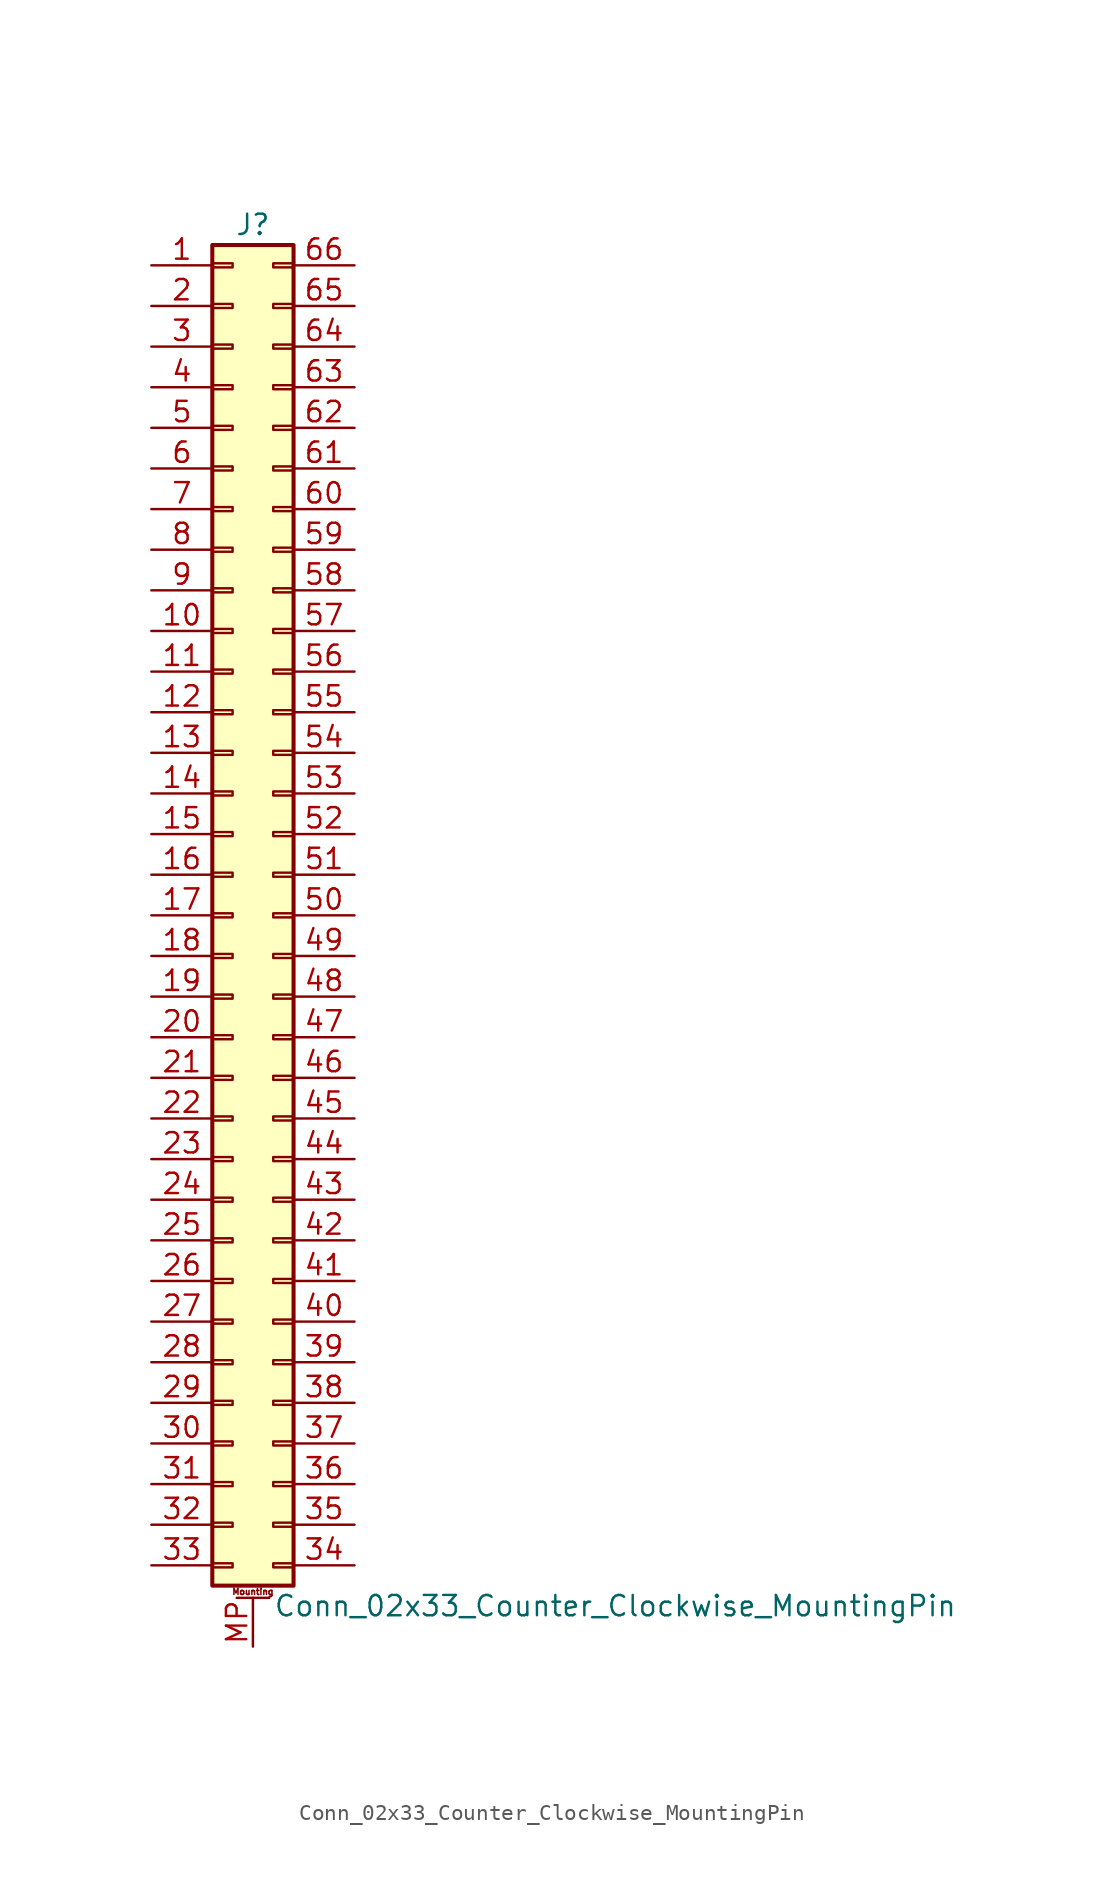
<source format=kicad_sym>
(kicad_symbol_lib
  (version 20220914)
  (generator kicad_symbol_editor)
  (symbol "Conn_02x33_Counter_Clockwise_MountingPin"
    (pin_names
      (offset 1.016) hide)
    (property "Reference" "J"
      (at 1.27 43.18 0)
      (effects (font (size 1.27 1.27))))
    (property "Value" "Conn_02x33_Counter_Clockwise_MountingPin"
      (at 2.54 -43.18 0)
      (effects (font (size 1.27 1.27)) (justify left)))
    (symbol "Conn_02x33_Counter_Clockwise_MountingPin_1_1"
      (rectangle (start -1.27 -40.513) (end 0 -40.767) (stroke (width 0.152) (type default)) (fill (type none)))
      (rectangle (start -1.27 -37.973) (end 0 -38.227) (stroke (width 0.152) (type default)) (fill (type none)))
      (rectangle (start -1.27 -35.433) (end 0 -35.687) (stroke (width 0.152) (type default)) (fill (type none)))
      (rectangle (start -1.27 -32.893) (end 0 -33.147) (stroke (width 0.152) (type default)) (fill (type none)))
      (rectangle (start -1.27 -30.353) (end 0 -30.607) (stroke (width 0.152) (type default)) (fill (type none)))
      (rectangle (start -1.27 -27.813) (end 0 -28.067) (stroke (width 0.152) (type default)) (fill (type none)))
      (rectangle (start -1.27 -25.273) (end 0 -25.527) (stroke (width 0.152) (type default)) (fill (type none)))
      (rectangle (start -1.27 -22.733) (end 0 -22.987) (stroke (width 0.152) (type default)) (fill (type none)))
      (rectangle (start -1.27 -20.193) (end 0 -20.447) (stroke (width 0.152) (type default)) (fill (type none)))
      (rectangle (start -1.27 -17.653) (end 0 -17.907) (stroke (width 0.152) (type default)) (fill (type none)))
      (rectangle (start -1.27 -15.113) (end 0 -15.367) (stroke (width 0.152) (type default)) (fill (type none)))
      (rectangle (start -1.27 -12.573) (end 0 -12.827) (stroke (width 0.152) (type default)) (fill (type none)))
      (rectangle (start -1.27 -10.033) (end 0 -10.287) (stroke (width 0.152) (type default)) (fill (type none)))
      (rectangle (start -1.27 -7.493) (end 0 -7.747) (stroke (width 0.152) (type default)) (fill (type none)))
      (rectangle (start -1.27 -4.953) (end 0 -5.207) (stroke (width 0.152) (type default)) (fill (type none)))
      (rectangle (start -1.27 -2.413) (end 0 -2.667) (stroke (width 0.152) (type default)) (fill (type none)))
      (rectangle (start -1.27 0.127) (end 0 -0.127) (stroke (width 0.152) (type default)) (fill (type none)))
      (rectangle (start -1.27 2.667) (end 0 2.413) (stroke (width 0.152) (type default)) (fill (type none)))
      (rectangle (start -1.27 5.207) (end 0 4.953) (stroke (width 0.152) (type default)) (fill (type none)))
      (rectangle (start -1.27 7.747) (end 0 7.493) (stroke (width 0.152) (type default)) (fill (type none)))
      (rectangle (start -1.27 10.287) (end 0 10.033) (stroke (width 0.152) (type default)) (fill (type none)))
      (rectangle (start -1.27 12.827) (end 0 12.573) (stroke (width 0.152) (type default)) (fill (type none)))
      (rectangle (start -1.27 15.367) (end 0 15.113) (stroke (width 0.152) (type default)) (fill (type none)))
      (rectangle (start -1.27 17.907) (end 0 17.653) (stroke (width 0.152) (type default)) (fill (type none)))
      (rectangle (start -1.27 20.447) (end 0 20.193) (stroke (width 0.152) (type default)) (fill (type none)))
      (rectangle (start -1.27 22.987) (end 0 22.733) (stroke (width 0.152) (type default)) (fill (type none)))
      (rectangle (start -1.27 25.527) (end 0 25.273) (stroke (width 0.152) (type default)) (fill (type none)))
      (rectangle (start -1.27 28.067) (end 0 27.813) (stroke (width 0.152) (type default)) (fill (type none)))
      (rectangle (start -1.27 30.607) (end 0 30.353) (stroke (width 0.152) (type default)) (fill (type none)))
      (rectangle (start -1.27 33.147) (end 0 32.893) (stroke (width 0.152) (type default)) (fill (type none)))
      (rectangle (start -1.27 35.687) (end 0 35.433) (stroke (width 0.152) (type default)) (fill (type none)))
      (rectangle (start -1.27 38.227) (end 0 37.973) (stroke (width 0.152) (type default)) (fill (type none)))
      (rectangle (start -1.27 40.767) (end 0 40.513) (stroke (width 0.152) (type default)) (fill (type none)))
      (rectangle (start -1.27 41.91) (end 3.81 -41.91) (stroke (width 0.254) (type default)) (fill (type background)))
      (polyline (pts (xy 0.254 -42.672) (xy 2.286 -42.672)) (stroke (width 0.152) (type default)) (fill (type none)))
      (rectangle (start 3.81 -40.513) (end 2.54 -40.767) (stroke (width 0.152) (type default)) (fill (type none)))
      (rectangle (start 3.81 -37.973) (end 2.54 -38.227) (stroke (width 0.152) (type default)) (fill (type none)))
      (rectangle (start 3.81 -35.433) (end 2.54 -35.687) (stroke (width 0.152) (type default)) (fill (type none)))
      (rectangle (start 3.81 -32.893) (end 2.54 -33.147) (stroke (width 0.152) (type default)) (fill (type none)))
      (rectangle (start 3.81 -30.353) (end 2.54 -30.607) (stroke (width 0.152) (type default)) (fill (type none)))
      (rectangle (start 3.81 -27.813) (end 2.54 -28.067) (stroke (width 0.152) (type default)) (fill (type none)))
      (rectangle (start 3.81 -25.273) (end 2.54 -25.527) (stroke (width 0.152) (type default)) (fill (type none)))
      (rectangle (start 3.81 -22.733) (end 2.54 -22.987) (stroke (width 0.152) (type default)) (fill (type none)))
      (rectangle (start 3.81 -20.193) (end 2.54 -20.447) (stroke (width 0.152) (type default)) (fill (type none)))
      (rectangle (start 3.81 -17.653) (end 2.54 -17.907) (stroke (width 0.152) (type default)) (fill (type none)))
      (rectangle (start 3.81 -15.113) (end 2.54 -15.367) (stroke (width 0.152) (type default)) (fill (type none)))
      (rectangle (start 3.81 -12.573) (end 2.54 -12.827) (stroke (width 0.152) (type default)) (fill (type none)))
      (rectangle (start 3.81 -10.033) (end 2.54 -10.287) (stroke (width 0.152) (type default)) (fill (type none)))
      (rectangle (start 3.81 -7.493) (end 2.54 -7.747) (stroke (width 0.152) (type default)) (fill (type none)))
      (rectangle (start 3.81 -4.953) (end 2.54 -5.207) (stroke (width 0.152) (type default)) (fill (type none)))
      (rectangle (start 3.81 -2.413) (end 2.54 -2.667) (stroke (width 0.152) (type default)) (fill (type none)))
      (rectangle (start 3.81 0.127) (end 2.54 -0.127) (stroke (width 0.152) (type default)) (fill (type none)))
      (rectangle (start 3.81 2.667) (end 2.54 2.413) (stroke (width 0.152) (type default)) (fill (type none)))
      (rectangle (start 3.81 5.207) (end 2.54 4.953) (stroke (width 0.152) (type default)) (fill (type none)))
      (rectangle (start 3.81 7.747) (end 2.54 7.493) (stroke (width 0.152) (type default)) (fill (type none)))
      (rectangle (start 3.81 10.287) (end 2.54 10.033) (stroke (width 0.152) (type default)) (fill (type none)))
      (rectangle (start 3.81 12.827) (end 2.54 12.573) (stroke (width 0.152) (type default)) (fill (type none)))
      (rectangle (start 3.81 15.367) (end 2.54 15.113) (stroke (width 0.152) (type default)) (fill (type none)))
      (rectangle (start 3.81 17.907) (end 2.54 17.653) (stroke (width 0.152) (type default)) (fill (type none)))
      (rectangle (start 3.81 20.447) (end 2.54 20.193) (stroke (width 0.152) (type default)) (fill (type none)))
      (rectangle (start 3.81 22.987) (end 2.54 22.733) (stroke (width 0.152) (type default)) (fill (type none)))
      (rectangle (start 3.81 25.527) (end 2.54 25.273) (stroke (width 0.152) (type default)) (fill (type none)))
      (rectangle (start 3.81 28.067) (end 2.54 27.813) (stroke (width 0.152) (type default)) (fill (type none)))
      (rectangle (start 3.81 30.607) (end 2.54 30.353) (stroke (width 0.152) (type default)) (fill (type none)))
      (rectangle (start 3.81 33.147) (end 2.54 32.893) (stroke (width 0.152) (type default)) (fill (type none)))
      (rectangle (start 3.81 35.687) (end 2.54 35.433) (stroke (width 0.152) (type default)) (fill (type none)))
      (rectangle (start 3.81 38.227) (end 2.54 37.973) (stroke (width 0.152) (type default)) (fill (type none)))
      (rectangle (start 3.81 40.767) (end 2.54 40.513) (stroke (width 0.152) (type default)) (fill (type none)))
      (text "Mounting" (at 1.27 -42.291 0) (effects (font (size 0.381 0.381))))
      (pin passive line (at -5.08 40.64 0) (length 3.81) (name "Pin_1" (effects (font (size 1.27 1.27)))) (number "1" (effects (font (size 1.27 1.27)))))
      (pin passive line (at -5.08 17.78 0) (length 3.81) (name "Pin_10" (effects (font (size 1.27 1.27)))) (number "10" (effects (font (size 1.27 1.27)))))
      (pin passive line (at -5.08 15.24 0) (length 3.81) (name "Pin_11" (effects (font (size 1.27 1.27)))) (number "11" (effects (font (size 1.27 1.27)))))
      (pin passive line (at -5.08 12.7 0) (length 3.81) (name "Pin_12" (effects (font (size 1.27 1.27)))) (number "12" (effects (font (size 1.27 1.27)))))
      (pin passive line (at -5.08 10.16 0) (length 3.81) (name "Pin_13" (effects (font (size 1.27 1.27)))) (number "13" (effects (font (size 1.27 1.27)))))
      (pin passive line (at -5.08 7.62 0) (length 3.81) (name "Pin_14" (effects (font (size 1.27 1.27)))) (number "14" (effects (font (size 1.27 1.27)))))
      (pin passive line (at -5.08 5.08 0) (length 3.81) (name "Pin_15" (effects (font (size 1.27 1.27)))) (number "15" (effects (font (size 1.27 1.27)))))
      (pin passive line (at -5.08 2.54 0) (length 3.81) (name "Pin_16" (effects (font (size 1.27 1.27)))) (number "16" (effects (font (size 1.27 1.27)))))
      (pin passive line (at -5.08 0 0) (length 3.81) (name "Pin_17" (effects (font (size 1.27 1.27)))) (number "17" (effects (font (size 1.27 1.27)))))
      (pin passive line (at -5.08 -2.54 0) (length 3.81) (name "Pin_18" (effects (font (size 1.27 1.27)))) (number "18" (effects (font (size 1.27 1.27)))))
      (pin passive line (at -5.08 -5.08 0) (length 3.81) (name "Pin_19" (effects (font (size 1.27 1.27)))) (number "19" (effects (font (size 1.27 1.27)))))
      (pin passive line (at -5.08 38.1 0) (length 3.81) (name "Pin_2" (effects (font (size 1.27 1.27)))) (number "2" (effects (font (size 1.27 1.27)))))
      (pin passive line (at -5.08 -7.62 0) (length 3.81) (name "Pin_20" (effects (font (size 1.27 1.27)))) (number "20" (effects (font (size 1.27 1.27)))))
      (pin passive line (at -5.08 -10.16 0) (length 3.81) (name "Pin_21" (effects (font (size 1.27 1.27)))) (number "21" (effects (font (size 1.27 1.27)))))
      (pin passive line (at -5.08 -12.7 0) (length 3.81) (name "Pin_22" (effects (font (size 1.27 1.27)))) (number "22" (effects (font (size 1.27 1.27)))))
      (pin passive line (at -5.08 -15.24 0) (length 3.81) (name "Pin_23" (effects (font (size 1.27 1.27)))) (number "23" (effects (font (size 1.27 1.27)))))
      (pin passive line (at -5.08 -17.78 0) (length 3.81) (name "Pin_24" (effects (font (size 1.27 1.27)))) (number "24" (effects (font (size 1.27 1.27)))))
      (pin passive line (at -5.08 -20.32 0) (length 3.81) (name "Pin_25" (effects (font (size 1.27 1.27)))) (number "25" (effects (font (size 1.27 1.27)))))
      (pin passive line (at -5.08 -22.86 0) (length 3.81) (name "Pin_26" (effects (font (size 1.27 1.27)))) (number "26" (effects (font (size 1.27 1.27)))))
      (pin passive line (at -5.08 -25.4 0) (length 3.81) (name "Pin_27" (effects (font (size 1.27 1.27)))) (number "27" (effects (font (size 1.27 1.27)))))
      (pin passive line (at -5.08 -27.94 0) (length 3.81) (name "Pin_28" (effects (font (size 1.27 1.27)))) (number "28" (effects (font (size 1.27 1.27)))))
      (pin passive line (at -5.08 -30.48 0) (length 3.81) (name "Pin_29" (effects (font (size 1.27 1.27)))) (number "29" (effects (font (size 1.27 1.27)))))
      (pin passive line (at -5.08 35.56 0) (length 3.81) (name "Pin_3" (effects (font (size 1.27 1.27)))) (number "3" (effects (font (size 1.27 1.27)))))
      (pin passive line (at -5.08 -33.02 0) (length 3.81) (name "Pin_30" (effects (font (size 1.27 1.27)))) (number "30" (effects (font (size 1.27 1.27)))))
      (pin passive line (at -5.08 -35.56 0) (length 3.81) (name "Pin_31" (effects (font (size 1.27 1.27)))) (number "31" (effects (font (size 1.27 1.27)))))
      (pin passive line (at -5.08 -38.1 0) (length 3.81) (name "Pin_32" (effects (font (size 1.27 1.27)))) (number "32" (effects (font (size 1.27 1.27)))))
      (pin passive line (at -5.08 -40.64 0) (length 3.81) (name "Pin_33" (effects (font (size 1.27 1.27)))) (number "33" (effects (font (size 1.27 1.27)))))
      (pin passive line (at 7.62 -40.64 180) (length 3.81) (name "Pin_34" (effects (font (size 1.27 1.27)))) (number "34" (effects (font (size 1.27 1.27)))))
      (pin passive line (at 7.62 -38.1 180) (length 3.81) (name "Pin_35" (effects (font (size 1.27 1.27)))) (number "35" (effects (font (size 1.27 1.27)))))
      (pin passive line (at 7.62 -35.56 180) (length 3.81) (name "Pin_36" (effects (font (size 1.27 1.27)))) (number "36" (effects (font (size 1.27 1.27)))))
      (pin passive line (at 7.62 -33.02 180) (length 3.81) (name "Pin_37" (effects (font (size 1.27 1.27)))) (number "37" (effects (font (size 1.27 1.27)))))
      (pin passive line (at 7.62 -30.48 180) (length 3.81) (name "Pin_38" (effects (font (size 1.27 1.27)))) (number "38" (effects (font (size 1.27 1.27)))))
      (pin passive line (at 7.62 -27.94 180) (length 3.81) (name "Pin_39" (effects (font (size 1.27 1.27)))) (number "39" (effects (font (size 1.27 1.27)))))
      (pin passive line (at -5.08 33.02 0) (length 3.81) (name "Pin_4" (effects (font (size 1.27 1.27)))) (number "4" (effects (font (size 1.27 1.27)))))
      (pin passive line (at 7.62 -25.4 180) (length 3.81) (name "Pin_40" (effects (font (size 1.27 1.27)))) (number "40" (effects (font (size 1.27 1.27)))))
      (pin passive line (at 7.62 -22.86 180) (length 3.81) (name "Pin_41" (effects (font (size 1.27 1.27)))) (number "41" (effects (font (size 1.27 1.27)))))
      (pin passive line (at 7.62 -20.32 180) (length 3.81) (name "Pin_42" (effects (font (size 1.27 1.27)))) (number "42" (effects (font (size 1.27 1.27)))))
      (pin passive line (at 7.62 -17.78 180) (length 3.81) (name "Pin_43" (effects (font (size 1.27 1.27)))) (number "43" (effects (font (size 1.27 1.27)))))
      (pin passive line (at 7.62 -15.24 180) (length 3.81) (name "Pin_44" (effects (font (size 1.27 1.27)))) (number "44" (effects (font (size 1.27 1.27)))))
      (pin passive line (at 7.62 -12.7 180) (length 3.81) (name "Pin_45" (effects (font (size 1.27 1.27)))) (number "45" (effects (font (size 1.27 1.27)))))
      (pin passive line (at 7.62 -10.16 180) (length 3.81) (name "Pin_46" (effects (font (size 1.27 1.27)))) (number "46" (effects (font (size 1.27 1.27)))))
      (pin passive line (at 7.62 -7.62 180) (length 3.81) (name "Pin_47" (effects (font (size 1.27 1.27)))) (number "47" (effects (font (size 1.27 1.27)))))
      (pin passive line (at 7.62 -5.08 180) (length 3.81) (name "Pin_48" (effects (font (size 1.27 1.27)))) (number "48" (effects (font (size 1.27 1.27)))))
      (pin passive line (at 7.62 -2.54 180) (length 3.81) (name "Pin_49" (effects (font (size 1.27 1.27)))) (number "49" (effects (font (size 1.27 1.27)))))
      (pin passive line (at -5.08 30.48 0) (length 3.81) (name "Pin_5" (effects (font (size 1.27 1.27)))) (number "5" (effects (font (size 1.27 1.27)))))
      (pin passive line (at 7.62 0 180) (length 3.81) (name "Pin_50" (effects (font (size 1.27 1.27)))) (number "50" (effects (font (size 1.27 1.27)))))
      (pin passive line (at 7.62 2.54 180) (length 3.81) (name "Pin_51" (effects (font (size 1.27 1.27)))) (number "51" (effects (font (size 1.27 1.27)))))
      (pin passive line (at 7.62 5.08 180) (length 3.81) (name "Pin_52" (effects (font (size 1.27 1.27)))) (number "52" (effects (font (size 1.27 1.27)))))
      (pin passive line (at 7.62 7.62 180) (length 3.81) (name "Pin_53" (effects (font (size 1.27 1.27)))) (number "53" (effects (font (size 1.27 1.27)))))
      (pin passive line (at 7.62 10.16 180) (length 3.81) (name "Pin_54" (effects (font (size 1.27 1.27)))) (number "54" (effects (font (size 1.27 1.27)))))
      (pin passive line (at 7.62 12.7 180) (length 3.81) (name "Pin_55" (effects (font (size 1.27 1.27)))) (number "55" (effects (font (size 1.27 1.27)))))
      (pin passive line (at 7.62 15.24 180) (length 3.81) (name "Pin_56" (effects (font (size 1.27 1.27)))) (number "56" (effects (font (size 1.27 1.27)))))
      (pin passive line (at 7.62 17.78 180) (length 3.81) (name "Pin_57" (effects (font (size 1.27 1.27)))) (number "57" (effects (font (size 1.27 1.27)))))
      (pin passive line (at 7.62 20.32 180) (length 3.81) (name "Pin_58" (effects (font (size 1.27 1.27)))) (number "58" (effects (font (size 1.27 1.27)))))
      (pin passive line (at 7.62 22.86 180) (length 3.81) (name "Pin_59" (effects (font (size 1.27 1.27)))) (number "59" (effects (font (size 1.27 1.27)))))
      (pin passive line (at -5.08 27.94 0) (length 3.81) (name "Pin_6" (effects (font (size 1.27 1.27)))) (number "6" (effects (font (size 1.27 1.27)))))
      (pin passive line (at 7.62 25.4 180) (length 3.81) (name "Pin_60" (effects (font (size 1.27 1.27)))) (number "60" (effects (font (size 1.27 1.27)))))
      (pin passive line (at 7.62 27.94 180) (length 3.81) (name "Pin_61" (effects (font (size 1.27 1.27)))) (number "61" (effects (font (size 1.27 1.27)))))
      (pin passive line (at 7.62 30.48 180) (length 3.81) (name "Pin_62" (effects (font (size 1.27 1.27)))) (number "62" (effects (font (size 1.27 1.27)))))
      (pin passive line (at 7.62 33.02 180) (length 3.81) (name "Pin_63" (effects (font (size 1.27 1.27)))) (number "63" (effects (font (size 1.27 1.27)))))
      (pin passive line (at 7.62 35.56 180) (length 3.81) (name "Pin_64" (effects (font (size 1.27 1.27)))) (number "64" (effects (font (size 1.27 1.27)))))
      (pin passive line (at 7.62 38.1 180) (length 3.81) (name "Pin_65" (effects (font (size 1.27 1.27)))) (number "65" (effects (font (size 1.27 1.27)))))
      (pin passive line (at 7.62 40.64 180) (length 3.81) (name "Pin_66" (effects (font (size 1.27 1.27)))) (number "66" (effects (font (size 1.27 1.27)))))
      (pin passive line (at -5.08 25.4 0) (length 3.81) (name "Pin_7" (effects (font (size 1.27 1.27)))) (number "7" (effects (font (size 1.27 1.27)))))
      (pin passive line (at -5.08 22.86 0) (length 3.81) (name "Pin_8" (effects (font (size 1.27 1.27)))) (number "8" (effects (font (size 1.27 1.27)))))
      (pin passive line (at -5.08 20.32 0) (length 3.81) (name "Pin_9" (effects (font (size 1.27 1.27)))) (number "9" (effects (font (size 1.27 1.27)))))
      (pin passive line (at 1.27 -45.72 90) (length 3.048) (name "MountPin" (effects (font (size 1.27 1.27)))) (number "MP" (effects (font (size 1.27 1.27))))))))
</source>
